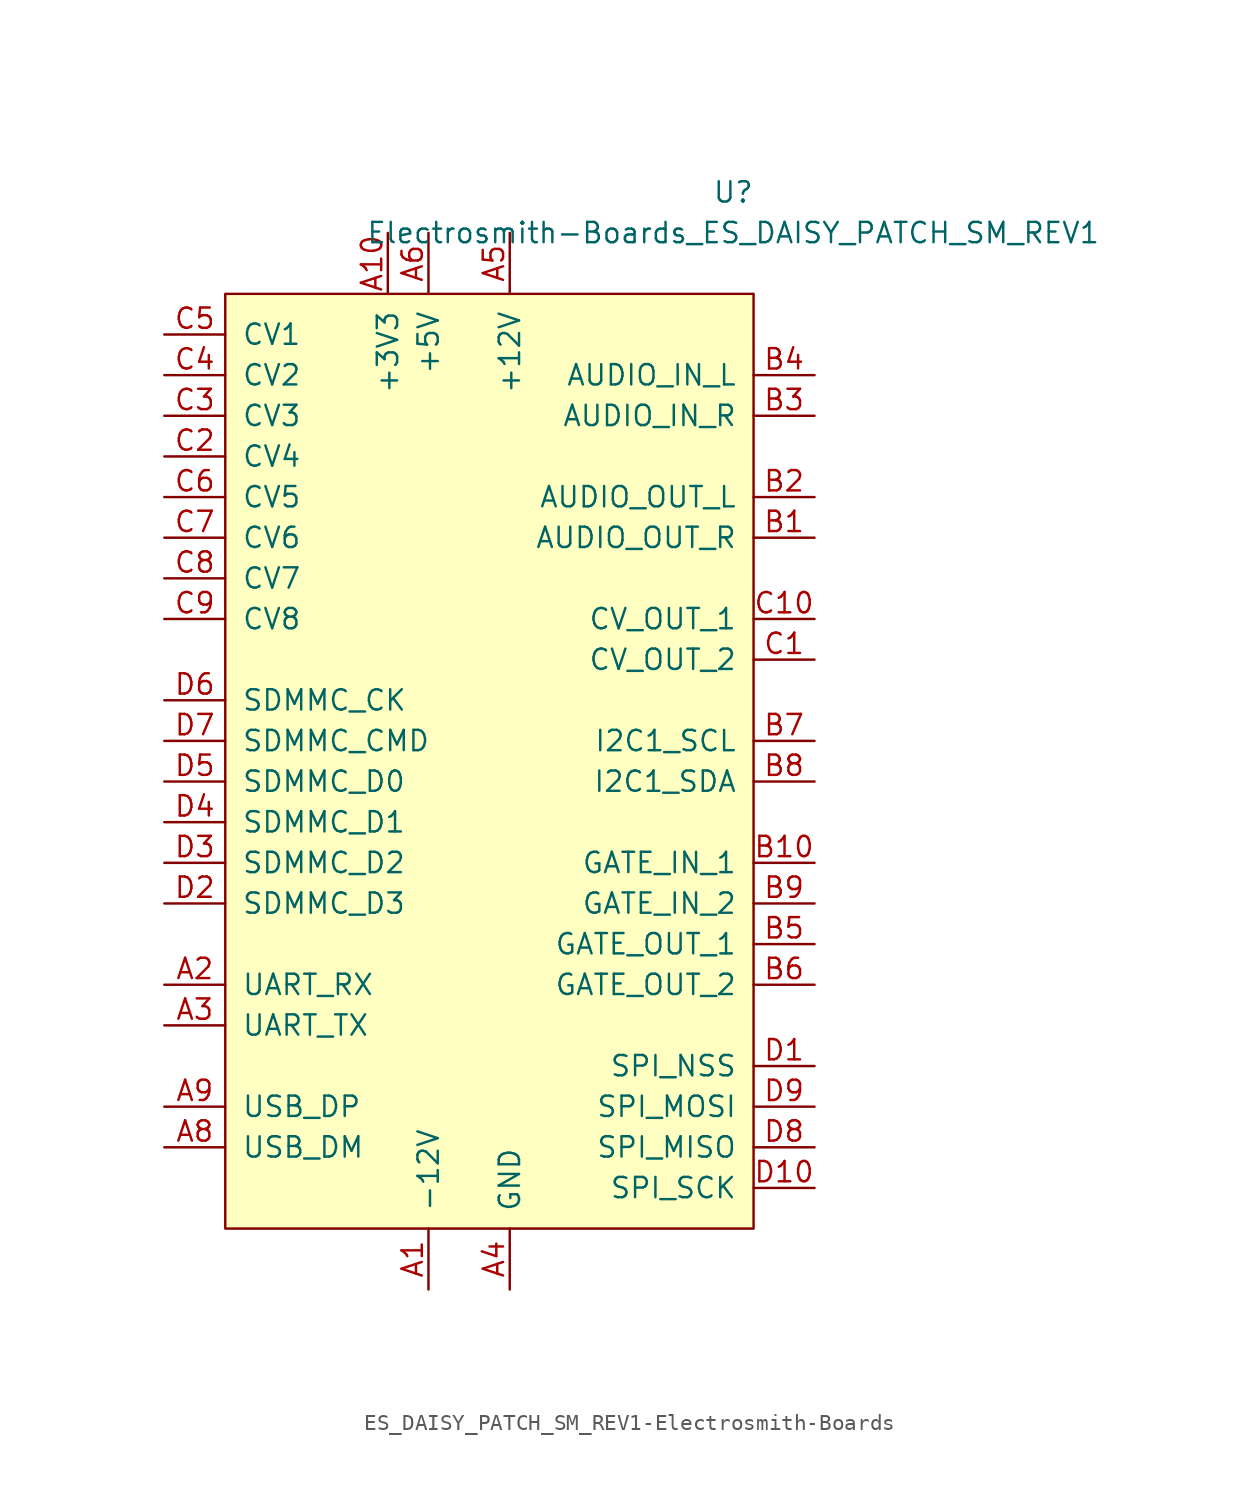
<source format=kicad_sym>
(kicad_symbol_lib
  (version 20231120)
  (generator "kicad_symbol_editor")
  (generator_version "8.0")
  (symbol "ES_DAISY_PATCH_SM_REV1-Electrosmith-Boards"
    (pin_names
      (offset 1.016))
    (property "Reference" "U"
      (at 15.24 35.56 0)
      (effects (font (size 1.27 1.27))))
    (property "Value" "Electrosmith-Boards_ES_DAISY_PATCH_SM_REV1"
      (at 15.24 33.02 0)
      (effects (font (size 1.27 1.27))))
    (symbol "ES_DAISY_PATCH_SM_REV1-Electrosmith-Boards_0_1"
      (rectangle (start -16.51 29.21) (end 16.51 -29.21) (stroke (width 0) (type solid)) (fill (type background))))
    (symbol "ES_DAISY_PATCH_SM_REV1-Electrosmith-Boards_1_1"
      (pin power_in line (at -3.81 -33.02 90) (length 3.81) (name "-12V" (effects (font (size 1.27 1.27)))) (number "A1" (effects (font (size 1.27 1.27)))))
      (pin power_in line (at -6.35 33.02 270) (length 3.81) (name "+3V3" (effects (font (size 1.27 1.27)))) (number "A10" (effects (font (size 1.27 1.27)))))
      (pin input line (at -20.32 -13.97 0) (length 3.81) (name "UART_RX" (effects (font (size 1.27 1.27)))) (number "A2" (effects (font (size 1.27 1.27)))))
      (pin output line (at -20.32 -16.51 0) (length 3.81) (name "UART_TX" (effects (font (size 1.27 1.27)))) (number "A3" (effects (font (size 1.27 1.27)))))
      (pin power_out line (at 1.27 -33.02 90) (length 3.81) (name "GND" (effects (font (size 1.27 1.27)))) (number "A4" (effects (font (size 1.27 1.27)))))
      (pin power_in line (at 1.27 33.02 270) (length 3.81) (name "+12V" (effects (font (size 1.27 1.27)))) (number "A5" (effects (font (size 1.27 1.27)))))
      (pin power_in line (at -3.81 33.02 270) (length 3.81) (name "+5V" (effects (font (size 1.27 1.27)))) (number "A6" (effects (font (size 1.27 1.27)))))
      (pin bidirectional line (at -20.32 -24.13 0) (length 3.81) (name "USB_DM" (effects (font (size 1.27 1.27)))) (number "A8" (effects (font (size 1.27 1.27)))))
      (pin bidirectional line (at -20.32 -21.59 0) (length 3.81) (name "USB_DP" (effects (font (size 1.27 1.27)))) (number "A9" (effects (font (size 1.27 1.27)))))
      (pin output line (at 20.32 13.97 180) (length 3.81) (name "AUDIO_OUT_R" (effects (font (size 1.27 1.27)))) (number "B1" (effects (font (size 1.27 1.27)))))
      (pin input line (at 20.32 -6.35 180) (length 3.81) (name "GATE_IN_1" (effects (font (size 1.27 1.27)))) (number "B10" (effects (font (size 1.27 1.27)))))
      (pin output line (at 20.32 16.51 180) (length 3.81) (name "AUDIO_OUT_L" (effects (font (size 1.27 1.27)))) (number "B2" (effects (font (size 1.27 1.27)))))
      (pin input line (at 20.32 21.59 180) (length 3.81) (name "AUDIO_IN_R" (effects (font (size 1.27 1.27)))) (number "B3" (effects (font (size 1.27 1.27)))))
      (pin input line (at 20.32 24.13 180) (length 3.81) (name "AUDIO_IN_L" (effects (font (size 1.27 1.27)))) (number "B4" (effects (font (size 1.27 1.27)))))
      (pin output line (at 20.32 -11.43 180) (length 3.81) (name "GATE_OUT_1" (effects (font (size 1.27 1.27)))) (number "B5" (effects (font (size 1.27 1.27)))))
      (pin output line (at 20.32 -13.97 180) (length 3.81) (name "GATE_OUT_2" (effects (font (size 1.27 1.27)))) (number "B6" (effects (font (size 1.27 1.27)))))
      (pin open_collector line (at 20.32 1.27 180) (length 3.81) (name "I2C1_SCL" (effects (font (size 1.27 1.27)))) (number "B7" (effects (font (size 1.27 1.27)))))
      (pin open_collector line (at 20.32 -1.27 180) (length 3.81) (name "I2C1_SDA" (effects (font (size 1.27 1.27)))) (number "B8" (effects (font (size 1.27 1.27)))))
      (pin input line (at 20.32 -8.89 180) (length 3.81) (name "GATE_IN_2" (effects (font (size 1.27 1.27)))) (number "B9" (effects (font (size 1.27 1.27)))))
      (pin output line (at 20.32 6.35 180) (length 3.81) (name "CV_OUT_2" (effects (font (size 1.27 1.27)))) (number "C1" (effects (font (size 1.27 1.27)))))
      (pin output line (at 20.32 8.89 180) (length 3.81) (name "CV_OUT_1" (effects (font (size 1.27 1.27)))) (number "C10" (effects (font (size 1.27 1.27)))))
      (pin input line (at -20.32 19.05 0) (length 3.81) (name "CV4" (effects (font (size 1.27 1.27)))) (number "C2" (effects (font (size 1.27 1.27)))))
      (pin input line (at -20.32 21.59 0) (length 3.81) (name "CV3" (effects (font (size 1.27 1.27)))) (number "C3" (effects (font (size 1.27 1.27)))))
      (pin input line (at -20.32 24.13 0) (length 3.81) (name "CV2" (effects (font (size 1.27 1.27)))) (number "C4" (effects (font (size 1.27 1.27)))))
      (pin input line (at -20.32 26.67 0) (length 3.81) (name "CV1" (effects (font (size 1.27 1.27)))) (number "C5" (effects (font (size 1.27 1.27)))))
      (pin input line (at -20.32 16.51 0) (length 3.81) (name "CV5" (effects (font (size 1.27 1.27)))) (number "C6" (effects (font (size 1.27 1.27)))))
      (pin input line (at -20.32 13.97 0) (length 3.81) (name "CV6" (effects (font (size 1.27 1.27)))) (number "C7" (effects (font (size 1.27 1.27)))))
      (pin input line (at -20.32 11.43 0) (length 3.81) (name "CV7" (effects (font (size 1.27 1.27)))) (number "C8" (effects (font (size 1.27 1.27)))))
      (pin input line (at -20.32 8.89 0) (length 3.81) (name "CV8" (effects (font (size 1.27 1.27)))) (number "C9" (effects (font (size 1.27 1.27)))))
      (pin output line (at 20.32 -19.05 180) (length 3.81) (name "SPI_NSS" (effects (font (size 1.27 1.27)))) (number "D1" (effects (font (size 1.27 1.27)))))
      (pin output line (at 20.32 -26.67 180) (length 3.81) (name "SPI_SCK" (effects (font (size 1.27 1.27)))) (number "D10" (effects (font (size 1.27 1.27)))))
      (pin bidirectional line (at -20.32 -8.89 0) (length 3.81) (name "SDMMC_D3" (effects (font (size 1.27 1.27)))) (number "D2" (effects (font (size 1.27 1.27)))))
      (pin bidirectional line (at -20.32 -6.35 0) (length 3.81) (name "SDMMC_D2" (effects (font (size 1.27 1.27)))) (number "D3" (effects (font (size 1.27 1.27)))))
      (pin bidirectional line (at -20.32 -3.81 0) (length 3.81) (name "SDMMC_D1" (effects (font (size 1.27 1.27)))) (number "D4" (effects (font (size 1.27 1.27)))))
      (pin bidirectional line (at -20.32 -1.27 0) (length 3.81) (name "SDMMC_D0" (effects (font (size 1.27 1.27)))) (number "D5" (effects (font (size 1.27 1.27)))))
      (pin output line (at -20.32 3.81 0) (length 3.81) (name "SDMMC_CK" (effects (font (size 1.27 1.27)))) (number "D6" (effects (font (size 1.27 1.27)))))
      (pin output line (at -20.32 1.27 0) (length 3.81) (name "SDMMC_CMD" (effects (font (size 1.27 1.27)))) (number "D7" (effects (font (size 1.27 1.27)))))
      (pin input line (at 20.32 -24.13 180) (length 3.81) (name "SPI_MISO" (effects (font (size 1.27 1.27)))) (number "D8" (effects (font (size 1.27 1.27)))))
      (pin output line (at 20.32 -21.59 180) (length 3.81) (name "SPI_MOSI" (effects (font (size 1.27 1.27)))) (number "D9" (effects (font (size 1.27 1.27))))))))
</source>
